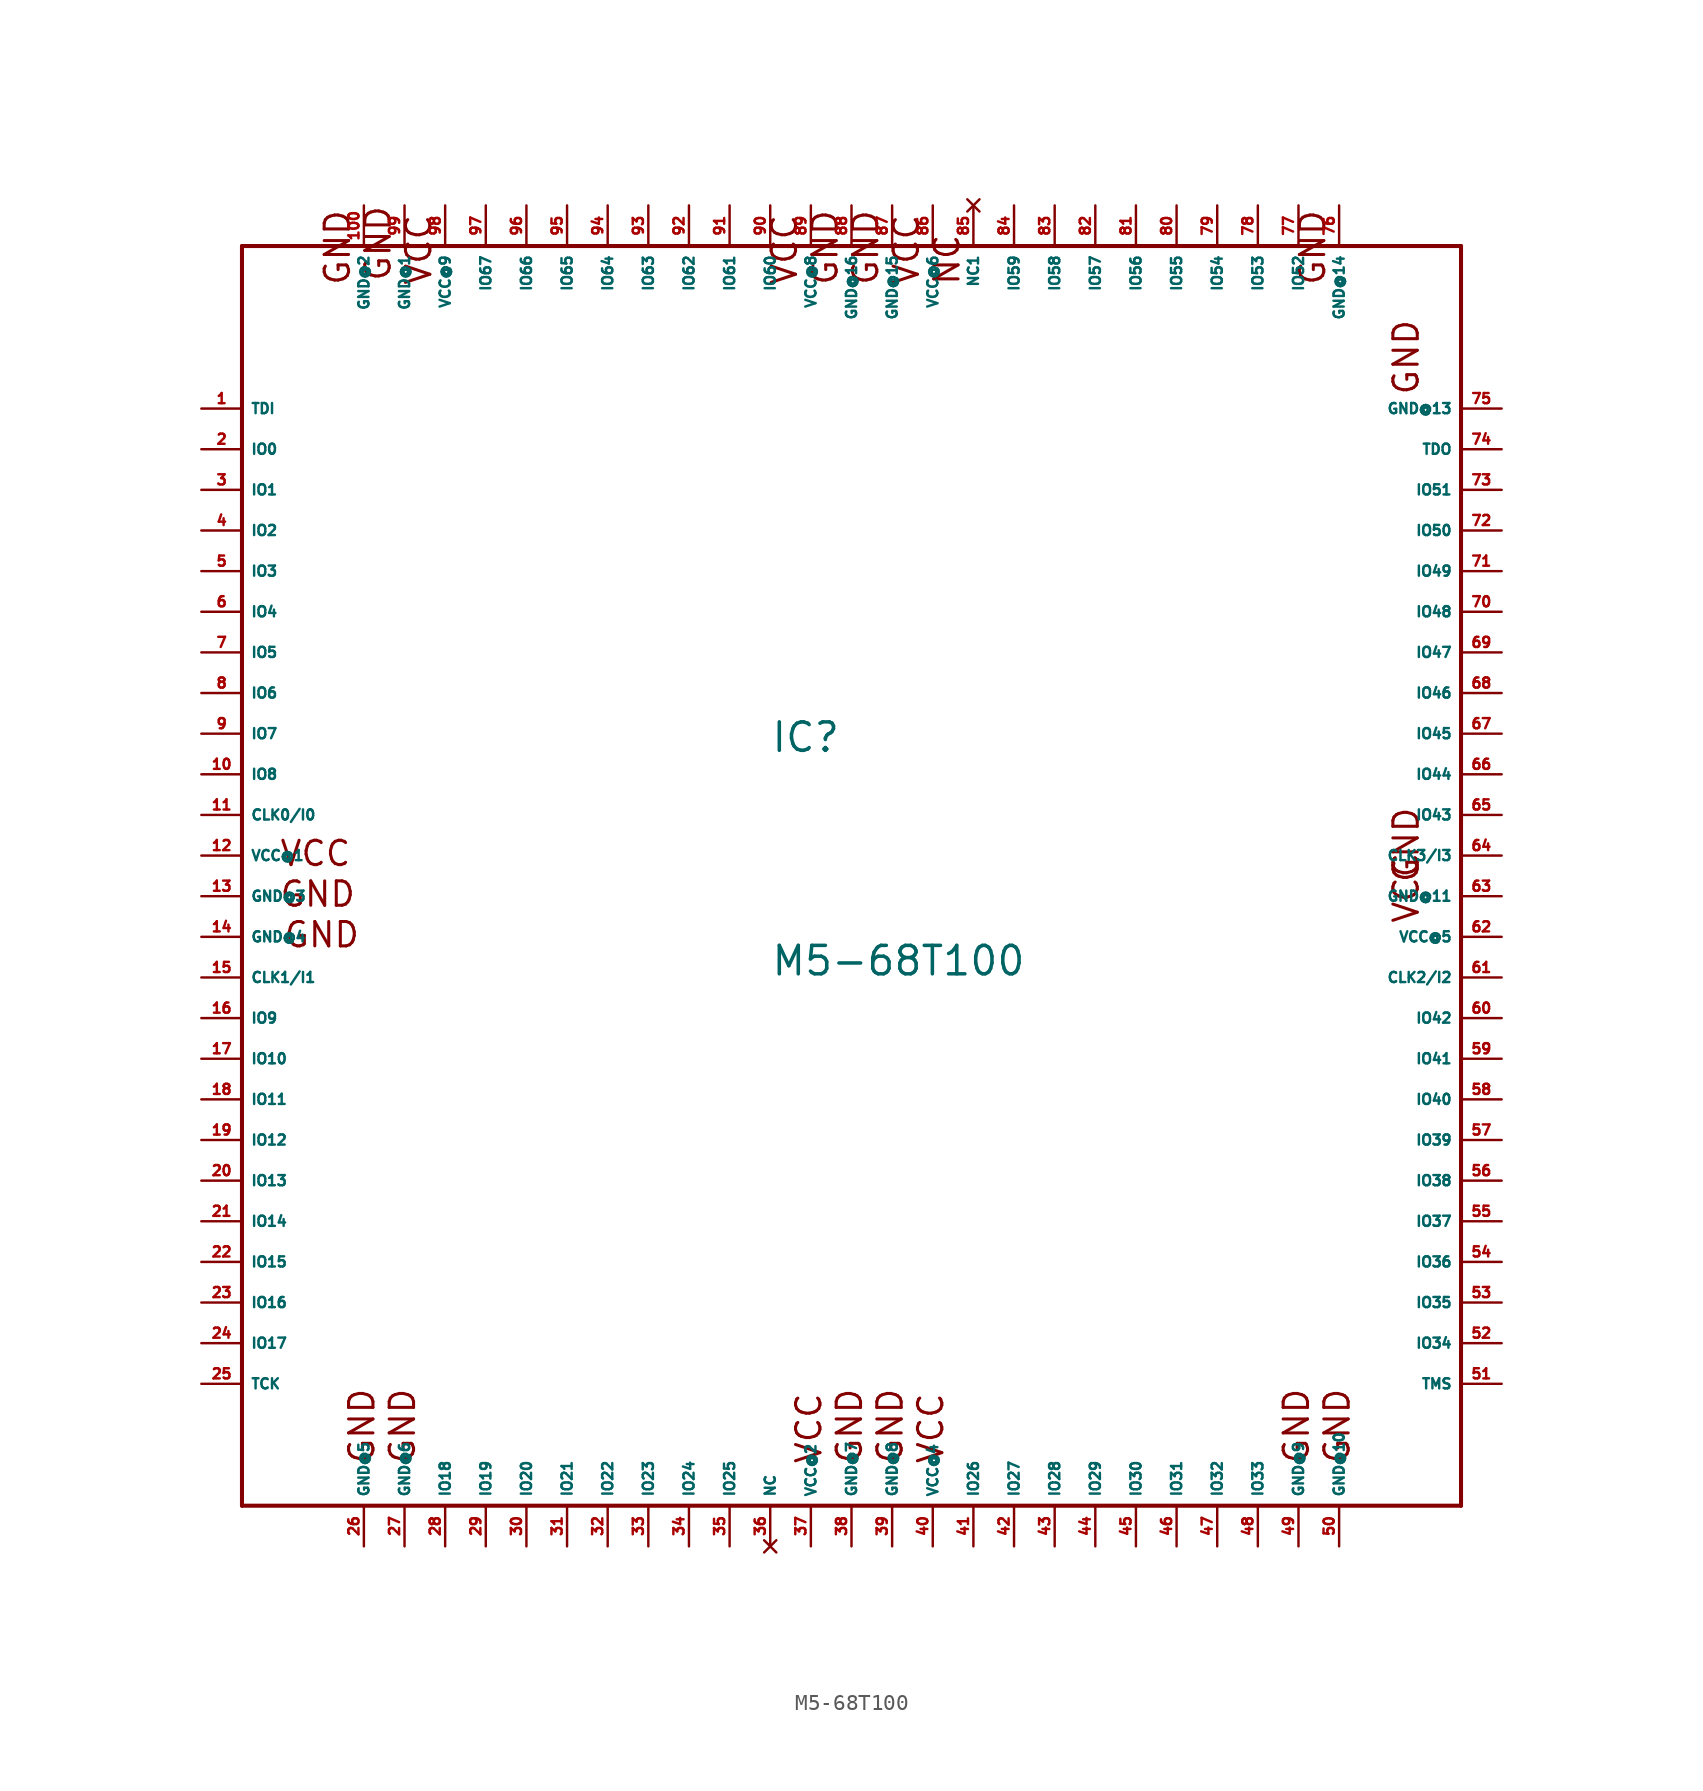
<source format=kicad_sym>
(kicad_symbol_lib
  (version 20220914)
  (generator Eagle2Kicad)
  (symbol "M5-68T100"
    (property "Reference" "IC"
      (at -5.08 6.35 0)
      (effects (font (size 1.778 1.778) (thickness 0.22)) (justify left bottom)))
    (property "Value" "M5-68T100"
      (at -5.08 -7.62 0)
      (effects (font (size 1.778 1.778) (thickness 0.22)) (justify left bottom)))
    (polyline
      (pts (xy -38.1 38.1) (xy -38.1 -40.64))
      (stroke (width 0.254) (type default))
      (fill (type none)))
    (polyline
      (pts (xy -38.1 -40.64) (xy 38.1 -40.64))
      (stroke (width 0.254) (type default))
      (fill (type none)))
    (polyline
      (pts (xy 38.1 -40.64) (xy 38.1 38.1))
      (stroke (width 0.254) (type default))
      (fill (type none)))
    (polyline
      (pts (xy 38.1 38.1) (xy -38.1 38.1))
      (stroke (width 0.254) (type default))
      (fill (type none)))
    (text "GND"
      (at -28.702 35.814 2700)
      (effects (font (size 1.524 1.524) (thickness 0.19)) (justify left bottom)))
    (text "GND"
      (at -35.814 -3.302 0)
      (effects (font (size 1.524 1.524) (thickness 0.19)) (justify left bottom)))
    (text "GND"
      (at -31.242 35.56 2700)
      (effects (font (size 1.524 1.524) (thickness 0.19)) (justify left bottom)))
    (text "GND"
      (at -35.56 -5.842 0)
      (effects (font (size 1.524 1.524) (thickness 0.19)) (justify left bottom)))
    (text "VCC"
      (at -1.778 -38.1 900)
      (effects (font (size 1.524 1.524) (thickness 0.19)) (justify left bottom)))
    (text "VCC"
      (at -35.814 -0.762 0)
      (effects (font (size 1.524 1.524) (thickness 0.19)) (justify left bottom)))
    (text "GND"
      (at -29.718 -38.1 900)
      (effects (font (size 1.524 1.524) (thickness 0.19)) (justify left bottom)))
    (text "GND"
      (at -27.178 -38.1 900)
      (effects (font (size 1.524 1.524) (thickness 0.19)) (justify left bottom)))
    (text "GND"
      (at 0.762 -38.1 900)
      (effects (font (size 1.524 1.524) (thickness 0.19)) (justify left bottom)))
    (text "VCC"
      (at 5.842 -38.1 900)
      (effects (font (size 1.524 1.524) (thickness 0.19)) (justify left bottom)))
    (text "GND"
      (at 28.702 -38.1 900)
      (effects (font (size 1.524 1.524) (thickness 0.19)) (justify left bottom)))
    (text "GND"
      (at 3.302 -38.1 900)
      (effects (font (size 1.524 1.524) (thickness 0.19)) (justify left bottom)))
    (text "VCC"
      (at 35.56 -4.318 1800)
      (effects (font (size 1.524 1.524) (thickness 0.19)) (justify left bottom)))
    (text "GND"
      (at 31.242 -38.1 900)
      (effects (font (size 1.524 1.524) (thickness 0.19)) (justify left bottom)))
    (text "VCC"
      (at 4.318 35.56 2700)
      (effects (font (size 1.524 1.524) (thickness 0.19)) (justify left bottom)))
    (text "GND"
      (at 35.56 -1.778 1800)
      (effects (font (size 1.524 1.524) (thickness 0.19)) (justify left bottom)))
    (text "GND"
      (at 35.56 28.702 1800)
      (effects (font (size 1.524 1.524) (thickness 0.19)) (justify left bottom)))
    (text "GND"
      (at 29.718 35.56 2700)
      (effects (font (size 1.524 1.524) (thickness 0.19)) (justify left bottom)))
    (text "GND"
      (at 1.778 35.56 2700)
      (effects (font (size 1.524 1.524) (thickness 0.19)) (justify left bottom)))
    (text "GND"
      (at -0.762 35.56 2700)
      (effects (font (size 1.524 1.524) (thickness 0.19)) (justify left bottom)))
    (text "VCC"
      (at -26.162 35.56 2700)
      (effects (font (size 1.524 1.524) (thickness 0.19)) (justify left bottom)))
    (text "VCC"
      (at -3.302 35.56 2700)
      (effects (font (size 1.524 1.524) (thickness 0.19)) (justify left bottom)))
    (text "NC"
      (at 6.858 35.56 2700)
      (effects (font (size 1.524 1.524) (thickness 0.19)) (justify left bottom)))
    (pin input line
      (at -40.64 2.54 0)
      (length 2.54)
      (name "CLK0/I0" (effects (font (size 0.635 0.635) (thickness 0.08)) (justify left bottom)))
      (number "11" (effects (font (size 0.635 0.635) (thickness 0.08)) (justify left bottom))))
    (pin input line
      (at -40.64 -7.62 0)
      (length 2.54)
      (name "CLK1/I1" (effects (font (size 0.635 0.635) (thickness 0.08)) (justify left bottom)))
      (number "15" (effects (font (size 0.635 0.635) (thickness 0.08)) (justify left bottom))))
    (pin input line
      (at -40.64 27.94 0)
      (length 2.54)
      (name "TDI" (effects (font (size 0.635 0.635) (thickness 0.08)) (justify left bottom)))
      (number "1" (effects (font (size 0.635 0.635) (thickness 0.08)) (justify left bottom))))
    (pin input line
      (at -40.64 -33.02 0)
      (length 2.54)
      (name "TCK" (effects (font (size 0.635 0.635) (thickness 0.08)) (justify left bottom)))
      (number "25" (effects (font (size 0.635 0.635) (thickness 0.08)) (justify left bottom))))
    (pin input line
      (at 40.64 -33.02 180)
      (length 2.54)
      (name "TMS" (effects (font (size 0.635 0.635) (thickness 0.08)) (justify left bottom)))
      (number "51" (effects (font (size 0.635 0.635) (thickness 0.08)) (justify left bottom))))
    (pin output line
      (at 40.64 25.4 180)
      (length 2.54)
      (name "TDO" (effects (font (size 0.635 0.635) (thickness 0.08)) (justify left bottom)))
      (number "74" (effects (font (size 0.635 0.635) (thickness 0.08)) (justify left bottom))))
    (pin bidirectional line
      (at -40.64 25.4 0)
      (length 2.54)
      (name "IO0" (effects (font (size 0.635 0.635) (thickness 0.08)) (justify left bottom)))
      (number "2" (effects (font (size 0.635 0.635) (thickness 0.08)) (justify left bottom))))
    (pin bidirectional line
      (at -40.64 22.86 0)
      (length 2.54)
      (name "IO1" (effects (font (size 0.635 0.635) (thickness 0.08)) (justify left bottom)))
      (number "3" (effects (font (size 0.635 0.635) (thickness 0.08)) (justify left bottom))))
    (pin bidirectional line
      (at -40.64 20.32 0)
      (length 2.54)
      (name "IO2" (effects (font (size 0.635 0.635) (thickness 0.08)) (justify left bottom)))
      (number "4" (effects (font (size 0.635 0.635) (thickness 0.08)) (justify left bottom))))
    (pin bidirectional line
      (at -40.64 17.78 0)
      (length 2.54)
      (name "IO3" (effects (font (size 0.635 0.635) (thickness 0.08)) (justify left bottom)))
      (number "5" (effects (font (size 0.635 0.635) (thickness 0.08)) (justify left bottom))))
    (pin bidirectional line
      (at -40.64 15.24 0)
      (length 2.54)
      (name "IO4" (effects (font (size 0.635 0.635) (thickness 0.08)) (justify left bottom)))
      (number "6" (effects (font (size 0.635 0.635) (thickness 0.08)) (justify left bottom))))
    (pin bidirectional line
      (at -40.64 12.7 0)
      (length 2.54)
      (name "IO5" (effects (font (size 0.635 0.635) (thickness 0.08)) (justify left bottom)))
      (number "7" (effects (font (size 0.635 0.635) (thickness 0.08)) (justify left bottom))))
    (pin bidirectional line
      (at -40.64 10.16 0)
      (length 2.54)
      (name "IO6" (effects (font (size 0.635 0.635) (thickness 0.08)) (justify left bottom)))
      (number "8" (effects (font (size 0.635 0.635) (thickness 0.08)) (justify left bottom))))
    (pin bidirectional line
      (at -40.64 7.62 0)
      (length 2.54)
      (name "IO7" (effects (font (size 0.635 0.635) (thickness 0.08)) (justify left bottom)))
      (number "9" (effects (font (size 0.635 0.635) (thickness 0.08)) (justify left bottom))))
    (pin bidirectional line
      (at -40.64 5.08 0)
      (length 2.54)
      (name "IO8" (effects (font (size 0.635 0.635) (thickness 0.08)) (justify left bottom)))
      (number "10" (effects (font (size 0.635 0.635) (thickness 0.08)) (justify left bottom))))
    (pin bidirectional line
      (at -40.64 -10.16 0)
      (length 2.54)
      (name "IO9" (effects (font (size 0.635 0.635) (thickness 0.08)) (justify left bottom)))
      (number "16" (effects (font (size 0.635 0.635) (thickness 0.08)) (justify left bottom))))
    (pin bidirectional line
      (at -40.64 -12.7 0)
      (length 2.54)
      (name "IO10" (effects (font (size 0.635 0.635) (thickness 0.08)) (justify left bottom)))
      (number "17" (effects (font (size 0.635 0.635) (thickness 0.08)) (justify left bottom))))
    (pin bidirectional line
      (at -40.64 -15.24 0)
      (length 2.54)
      (name "IO11" (effects (font (size 0.635 0.635) (thickness 0.08)) (justify left bottom)))
      (number "18" (effects (font (size 0.635 0.635) (thickness 0.08)) (justify left bottom))))
    (pin bidirectional line
      (at -40.64 -17.78 0)
      (length 2.54)
      (name "IO12" (effects (font (size 0.635 0.635) (thickness 0.08)) (justify left bottom)))
      (number "19" (effects (font (size 0.635 0.635) (thickness 0.08)) (justify left bottom))))
    (pin bidirectional line
      (at -40.64 -20.32 0)
      (length 2.54)
      (name "IO13" (effects (font (size 0.635 0.635) (thickness 0.08)) (justify left bottom)))
      (number "20" (effects (font (size 0.635 0.635) (thickness 0.08)) (justify left bottom))))
    (pin bidirectional line
      (at -40.64 -22.86 0)
      (length 2.54)
      (name "IO14" (effects (font (size 0.635 0.635) (thickness 0.08)) (justify left bottom)))
      (number "21" (effects (font (size 0.635 0.635) (thickness 0.08)) (justify left bottom))))
    (pin bidirectional line
      (at -40.64 -25.4 0)
      (length 2.54)
      (name "IO15" (effects (font (size 0.635 0.635) (thickness 0.08)) (justify left bottom)))
      (number "22" (effects (font (size 0.635 0.635) (thickness 0.08)) (justify left bottom))))
    (pin bidirectional line
      (at -40.64 -27.94 0)
      (length 2.54)
      (name "IO16" (effects (font (size 0.635 0.635) (thickness 0.08)) (justify left bottom)))
      (number "23" (effects (font (size 0.635 0.635) (thickness 0.08)) (justify left bottom))))
    (pin bidirectional line
      (at -40.64 -30.48 0)
      (length 2.54)
      (name "IO17" (effects (font (size 0.635 0.635) (thickness 0.08)) (justify left bottom)))
      (number "24" (effects (font (size 0.635 0.635) (thickness 0.08)) (justify left bottom))))
    (pin bidirectional line
      (at -25.4 -43.18 90)
      (length 2.54)
      (name "IO18" (effects (font (size 0.635 0.635) (thickness 0.08)) (justify left bottom)))
      (number "28" (effects (font (size 0.635 0.635) (thickness 0.08)) (justify left bottom))))
    (pin bidirectional line
      (at -22.86 -43.18 90)
      (length 2.54)
      (name "IO19" (effects (font (size 0.635 0.635) (thickness 0.08)) (justify left bottom)))
      (number "29" (effects (font (size 0.635 0.635) (thickness 0.08)) (justify left bottom))))
    (pin bidirectional line
      (at -20.32 -43.18 90)
      (length 2.54)
      (name "IO20" (effects (font (size 0.635 0.635) (thickness 0.08)) (justify left bottom)))
      (number "30" (effects (font (size 0.635 0.635) (thickness 0.08)) (justify left bottom))))
    (pin bidirectional line
      (at -17.78 -43.18 90)
      (length 2.54)
      (name "IO21" (effects (font (size 0.635 0.635) (thickness 0.08)) (justify left bottom)))
      (number "31" (effects (font (size 0.635 0.635) (thickness 0.08)) (justify left bottom))))
    (pin bidirectional line
      (at -15.24 -43.18 90)
      (length 2.54)
      (name "IO22" (effects (font (size 0.635 0.635) (thickness 0.08)) (justify left bottom)))
      (number "32" (effects (font (size 0.635 0.635) (thickness 0.08)) (justify left bottom))))
    (pin bidirectional line
      (at -12.7 -43.18 90)
      (length 2.54)
      (name "IO23" (effects (font (size 0.635 0.635) (thickness 0.08)) (justify left bottom)))
      (number "33" (effects (font (size 0.635 0.635) (thickness 0.08)) (justify left bottom))))
    (pin bidirectional line
      (at -10.16 -43.18 90)
      (length 2.54)
      (name "IO24" (effects (font (size 0.635 0.635) (thickness 0.08)) (justify left bottom)))
      (number "34" (effects (font (size 0.635 0.635) (thickness 0.08)) (justify left bottom))))
    (pin bidirectional line
      (at -7.62 -43.18 90)
      (length 2.54)
      (name "IO25" (effects (font (size 0.635 0.635) (thickness 0.08)) (justify left bottom)))
      (number "35" (effects (font (size 0.635 0.635) (thickness 0.08)) (justify left bottom))))
    (pin bidirectional line
      (at 7.62 -43.18 90)
      (length 2.54)
      (name "IO26" (effects (font (size 0.635 0.635) (thickness 0.08)) (justify left bottom)))
      (number "41" (effects (font (size 0.635 0.635) (thickness 0.08)) (justify left bottom))))
    (pin bidirectional line
      (at 10.16 -43.18 90)
      (length 2.54)
      (name "IO27" (effects (font (size 0.635 0.635) (thickness 0.08)) (justify left bottom)))
      (number "42" (effects (font (size 0.635 0.635) (thickness 0.08)) (justify left bottom))))
    (pin bidirectional line
      (at 12.7 -43.18 90)
      (length 2.54)
      (name "IO28" (effects (font (size 0.635 0.635) (thickness 0.08)) (justify left bottom)))
      (number "43" (effects (font (size 0.635 0.635) (thickness 0.08)) (justify left bottom))))
    (pin bidirectional line
      (at 15.24 -43.18 90)
      (length 2.54)
      (name "IO29" (effects (font (size 0.635 0.635) (thickness 0.08)) (justify left bottom)))
      (number "44" (effects (font (size 0.635 0.635) (thickness 0.08)) (justify left bottom))))
    (pin bidirectional line
      (at 17.78 -43.18 90)
      (length 2.54)
      (name "IO30" (effects (font (size 0.635 0.635) (thickness 0.08)) (justify left bottom)))
      (number "45" (effects (font (size 0.635 0.635) (thickness 0.08)) (justify left bottom))))
    (pin bidirectional line
      (at 20.32 -43.18 90)
      (length 2.54)
      (name "IO31" (effects (font (size 0.635 0.635) (thickness 0.08)) (justify left bottom)))
      (number "46" (effects (font (size 0.635 0.635) (thickness 0.08)) (justify left bottom))))
    (pin unspecified line
      (at -27.94 40.64 270)
      (length 2.54)
      (name "GND@1" (effects (font (size 0.635 0.635) (thickness 0.08)) (justify left bottom)))
      (number "99" (effects (font (size 0.635 0.635) (thickness 0.08)) (justify left bottom))))
    (pin unspecified line
      (at -30.48 40.64 270)
      (length 2.54)
      (name "GND@2" (effects (font (size 0.635 0.635) (thickness 0.08)) (justify left bottom)))
      (number "100" (effects (font (size 0.635 0.635) (thickness 0.08)) (justify left bottom))))
    (pin unspecified line
      (at -40.64 -2.54 0)
      (length 2.54)
      (name "GND@3" (effects (font (size 0.635 0.635) (thickness 0.08)) (justify left bottom)))
      (number "13" (effects (font (size 0.635 0.635) (thickness 0.08)) (justify left bottom))))
    (pin unspecified line
      (at -40.64 -5.08 0)
      (length 2.54)
      (name "GND@4" (effects (font (size 0.635 0.635) (thickness 0.08)) (justify left bottom)))
      (number "14" (effects (font (size 0.635 0.635) (thickness 0.08)) (justify left bottom))))
    (pin unspecified line
      (at -40.64 0 0)
      (length 2.54)
      (name "VCC@1" (effects (font (size 0.635 0.635) (thickness 0.08)) (justify left bottom)))
      (number "12" (effects (font (size 0.635 0.635) (thickness 0.08)) (justify left bottom))))
    (pin unspecified line
      (at -2.54 -43.18 90)
      (length 2.54)
      (name "VCC@2" (effects (font (size 0.635 0.635) (thickness 0.08)) (justify left bottom)))
      (number "37" (effects (font (size 0.635 0.635) (thickness 0.08)) (justify left bottom))))
    (pin bidirectional line
      (at 22.86 -43.18 90)
      (length 2.54)
      (name "IO32" (effects (font (size 0.635 0.635) (thickness 0.08)) (justify left bottom)))
      (number "47" (effects (font (size 0.635 0.635) (thickness 0.08)) (justify left bottom))))
    (pin bidirectional line
      (at 25.4 -43.18 90)
      (length 2.54)
      (name "IO33" (effects (font (size 0.635 0.635) (thickness 0.08)) (justify left bottom)))
      (number "48" (effects (font (size 0.635 0.635) (thickness 0.08)) (justify left bottom))))
    (pin bidirectional line
      (at 40.64 -30.48 180)
      (length 2.54)
      (name "IO34" (effects (font (size 0.635 0.635) (thickness 0.08)) (justify left bottom)))
      (number "52" (effects (font (size 0.635 0.635) (thickness 0.08)) (justify left bottom))))
    (pin bidirectional line
      (at 40.64 -27.94 180)
      (length 2.54)
      (name "IO35" (effects (font (size 0.635 0.635) (thickness 0.08)) (justify left bottom)))
      (number "53" (effects (font (size 0.635 0.635) (thickness 0.08)) (justify left bottom))))
    (pin input line
      (at 40.64 0 180)
      (length 2.54)
      (name "CLK3/I3" (effects (font (size 0.635 0.635) (thickness 0.08)) (justify left bottom)))
      (number "64" (effects (font (size 0.635 0.635) (thickness 0.08)) (justify left bottom))))
    (pin unspecified line
      (at -30.48 -43.18 90)
      (length 2.54)
      (name "GND@5" (effects (font (size 0.635 0.635) (thickness 0.08)) (justify left bottom)))
      (number "26" (effects (font (size 0.635 0.635) (thickness 0.08)) (justify left bottom))))
    (pin input line
      (at 40.64 -7.62 180)
      (length 2.54)
      (name "CLK2/I2" (effects (font (size 0.635 0.635) (thickness 0.08)) (justify left bottom)))
      (number "61" (effects (font (size 0.635 0.635) (thickness 0.08)) (justify left bottom))))
    (pin bidirectional line
      (at 40.64 -25.4 180)
      (length 2.54)
      (name "IO36" (effects (font (size 0.635 0.635) (thickness 0.08)) (justify left bottom)))
      (number "54" (effects (font (size 0.635 0.635) (thickness 0.08)) (justify left bottom))))
    (pin bidirectional line
      (at 40.64 -22.86 180)
      (length 2.54)
      (name "IO37" (effects (font (size 0.635 0.635) (thickness 0.08)) (justify left bottom)))
      (number "55" (effects (font (size 0.635 0.635) (thickness 0.08)) (justify left bottom))))
    (pin bidirectional line
      (at 40.64 -20.32 180)
      (length 2.54)
      (name "IO38" (effects (font (size 0.635 0.635) (thickness 0.08)) (justify left bottom)))
      (number "56" (effects (font (size 0.635 0.635) (thickness 0.08)) (justify left bottom))))
    (pin bidirectional line
      (at 40.64 -17.78 180)
      (length 2.54)
      (name "IO39" (effects (font (size 0.635 0.635) (thickness 0.08)) (justify left bottom)))
      (number "57" (effects (font (size 0.635 0.635) (thickness 0.08)) (justify left bottom))))
    (pin bidirectional line
      (at 40.64 -15.24 180)
      (length 2.54)
      (name "IO40" (effects (font (size 0.635 0.635) (thickness 0.08)) (justify left bottom)))
      (number "58" (effects (font (size 0.635 0.635) (thickness 0.08)) (justify left bottom))))
    (pin bidirectional line
      (at 40.64 -12.7 180)
      (length 2.54)
      (name "IO41" (effects (font (size 0.635 0.635) (thickness 0.08)) (justify left bottom)))
      (number "59" (effects (font (size 0.635 0.635) (thickness 0.08)) (justify left bottom))))
    (pin unspecified line
      (at -27.94 -43.18 90)
      (length 2.54)
      (name "GND@6" (effects (font (size 0.635 0.635) (thickness 0.08)) (justify left bottom)))
      (number "27" (effects (font (size 0.635 0.635) (thickness 0.08)) (justify left bottom))))
    (pin bidirectional line
      (at 40.64 -10.16 180)
      (length 2.54)
      (name "IO42" (effects (font (size 0.635 0.635) (thickness 0.08)) (justify left bottom)))
      (number "60" (effects (font (size 0.635 0.635) (thickness 0.08)) (justify left bottom))))
    (pin bidirectional line
      (at 40.64 2.54 180)
      (length 2.54)
      (name "IO43" (effects (font (size 0.635 0.635) (thickness 0.08)) (justify left bottom)))
      (number "65" (effects (font (size 0.635 0.635) (thickness 0.08)) (justify left bottom))))
    (pin bidirectional line
      (at 40.64 5.08 180)
      (length 2.54)
      (name "IO44" (effects (font (size 0.635 0.635) (thickness 0.08)) (justify left bottom)))
      (number "66" (effects (font (size 0.635 0.635) (thickness 0.08)) (justify left bottom))))
    (pin bidirectional line
      (at 40.64 7.62 180)
      (length 2.54)
      (name "IO45" (effects (font (size 0.635 0.635) (thickness 0.08)) (justify left bottom)))
      (number "67" (effects (font (size 0.635 0.635) (thickness 0.08)) (justify left bottom))))
    (pin bidirectional line
      (at 40.64 10.16 180)
      (length 2.54)
      (name "IO46" (effects (font (size 0.635 0.635) (thickness 0.08)) (justify left bottom)))
      (number "68" (effects (font (size 0.635 0.635) (thickness 0.08)) (justify left bottom))))
    (pin bidirectional line
      (at 40.64 12.7 180)
      (length 2.54)
      (name "IO47" (effects (font (size 0.635 0.635) (thickness 0.08)) (justify left bottom)))
      (number "69" (effects (font (size 0.635 0.635) (thickness 0.08)) (justify left bottom))))
    (pin unspecified line
      (at 0 -43.18 90)
      (length 2.54)
      (name "GND@7" (effects (font (size 0.635 0.635) (thickness 0.08)) (justify left bottom)))
      (number "38" (effects (font (size 0.635 0.635) (thickness 0.08)) (justify left bottom))))
    (pin unspecified line
      (at 5.08 -43.18 90)
      (length 2.54)
      (name "VCC@4" (effects (font (size 0.635 0.635) (thickness 0.08)) (justify left bottom)))
      (number "40" (effects (font (size 0.635 0.635) (thickness 0.08)) (justify left bottom))))
    (pin unspecified line
      (at 2.54 -43.18 90)
      (length 2.54)
      (name "GND@8" (effects (font (size 0.635 0.635) (thickness 0.08)) (justify left bottom)))
      (number "39" (effects (font (size 0.635 0.635) (thickness 0.08)) (justify left bottom))))
    (pin unspecified line
      (at 27.94 -43.18 90)
      (length 2.54)
      (name "GND@9" (effects (font (size 0.635 0.635) (thickness 0.08)) (justify left bottom)))
      (number "49" (effects (font (size 0.635 0.635) (thickness 0.08)) (justify left bottom))))
    (pin unspecified line
      (at 40.64 -5.08 180)
      (length 2.54)
      (name "VCC@5" (effects (font (size 0.635 0.635) (thickness 0.08)) (justify left bottom)))
      (number "62" (effects (font (size 0.635 0.635) (thickness 0.08)) (justify left bottom))))
    (pin unspecified line
      (at 30.48 -43.18 90)
      (length 2.54)
      (name "GND@10" (effects (font (size 0.635 0.635) (thickness 0.08)) (justify left bottom)))
      (number "50" (effects (font (size 0.635 0.635) (thickness 0.08)) (justify left bottom))))
    (pin unspecified line
      (at 5.08 40.64 270)
      (length 2.54)
      (name "VCC@6" (effects (font (size 0.635 0.635) (thickness 0.08)) (justify left bottom)))
      (number "86" (effects (font (size 0.635 0.635) (thickness 0.08)) (justify left bottom))))
    (pin unspecified line
      (at 40.64 -2.54 180)
      (length 2.54)
      (name "GND@11" (effects (font (size 0.635 0.635) (thickness 0.08)) (justify left bottom)))
      (number "63" (effects (font (size 0.635 0.635) (thickness 0.08)) (justify left bottom))))
    (pin bidirectional line
      (at 40.64 15.24 180)
      (length 2.54)
      (name "IO48" (effects (font (size 0.635 0.635) (thickness 0.08)) (justify left bottom)))
      (number "70" (effects (font (size 0.635 0.635) (thickness 0.08)) (justify left bottom))))
    (pin bidirectional line
      (at 40.64 17.78 180)
      (length 2.54)
      (name "IO49" (effects (font (size 0.635 0.635) (thickness 0.08)) (justify left bottom)))
      (number "71" (effects (font (size 0.635 0.635) (thickness 0.08)) (justify left bottom))))
    (pin bidirectional line
      (at 40.64 20.32 180)
      (length 2.54)
      (name "IO50" (effects (font (size 0.635 0.635) (thickness 0.08)) (justify left bottom)))
      (number "72" (effects (font (size 0.635 0.635) (thickness 0.08)) (justify left bottom))))
    (pin bidirectional line
      (at 40.64 22.86 180)
      (length 2.54)
      (name "IO51" (effects (font (size 0.635 0.635) (thickness 0.08)) (justify left bottom)))
      (number "73" (effects (font (size 0.635 0.635) (thickness 0.08)) (justify left bottom))))
    (pin bidirectional line
      (at 27.94 40.64 270)
      (length 2.54)
      (name "IO52" (effects (font (size 0.635 0.635) (thickness 0.08)) (justify left bottom)))
      (number "77" (effects (font (size 0.635 0.635) (thickness 0.08)) (justify left bottom))))
    (pin bidirectional line
      (at 25.4 40.64 270)
      (length 2.54)
      (name "IO53" (effects (font (size 0.635 0.635) (thickness 0.08)) (justify left bottom)))
      (number "78" (effects (font (size 0.635 0.635) (thickness 0.08)) (justify left bottom))))
    (pin bidirectional line
      (at 22.86 40.64 270)
      (length 2.54)
      (name "IO54" (effects (font (size 0.635 0.635) (thickness 0.08)) (justify left bottom)))
      (number "79" (effects (font (size 0.635 0.635) (thickness 0.08)) (justify left bottom))))
    (pin bidirectional line
      (at 20.32 40.64 270)
      (length 2.54)
      (name "IO55" (effects (font (size 0.635 0.635) (thickness 0.08)) (justify left bottom)))
      (number "80" (effects (font (size 0.635 0.635) (thickness 0.08)) (justify left bottom))))
    (pin unspecified line
      (at 40.64 27.94 180)
      (length 2.54)
      (name "GND@13" (effects (font (size 0.635 0.635) (thickness 0.08)) (justify left bottom)))
      (number "75" (effects (font (size 0.635 0.635) (thickness 0.08)) (justify left bottom))))
    (pin unspecified line
      (at 30.48 40.64 270)
      (length 2.54)
      (name "GND@14" (effects (font (size 0.635 0.635) (thickness 0.08)) (justify left bottom)))
      (number "76" (effects (font (size 0.635 0.635) (thickness 0.08)) (justify left bottom))))
    (pin bidirectional line
      (at 17.78 40.64 270)
      (length 2.54)
      (name "IO56" (effects (font (size 0.635 0.635) (thickness 0.08)) (justify left bottom)))
      (number "81" (effects (font (size 0.635 0.635) (thickness 0.08)) (justify left bottom))))
    (pin bidirectional line
      (at 15.24 40.64 270)
      (length 2.54)
      (name "IO57" (effects (font (size 0.635 0.635) (thickness 0.08)) (justify left bottom)))
      (number "82" (effects (font (size 0.635 0.635) (thickness 0.08)) (justify left bottom))))
    (pin bidirectional line
      (at 12.7 40.64 270)
      (length 2.54)
      (name "IO58" (effects (font (size 0.635 0.635) (thickness 0.08)) (justify left bottom)))
      (number "83" (effects (font (size 0.635 0.635) (thickness 0.08)) (justify left bottom))))
    (pin bidirectional line
      (at 10.16 40.64 270)
      (length 2.54)
      (name "IO59" (effects (font (size 0.635 0.635) (thickness 0.08)) (justify left bottom)))
      (number "84" (effects (font (size 0.635 0.635) (thickness 0.08)) (justify left bottom))))
    (pin bidirectional line
      (at -5.08 40.64 270)
      (length 2.54)
      (name "IO60" (effects (font (size 0.635 0.635) (thickness 0.08)) (justify left bottom)))
      (number "90" (effects (font (size 0.635 0.635) (thickness 0.08)) (justify left bottom))))
    (pin bidirectional line
      (at -7.62 40.64 270)
      (length 2.54)
      (name "IO61" (effects (font (size 0.635 0.635) (thickness 0.08)) (justify left bottom)))
      (number "91" (effects (font (size 0.635 0.635) (thickness 0.08)) (justify left bottom))))
    (pin bidirectional line
      (at -10.16 40.64 270)
      (length 2.54)
      (name "IO62" (effects (font (size 0.635 0.635) (thickness 0.08)) (justify left bottom)))
      (number "92" (effects (font (size 0.635 0.635) (thickness 0.08)) (justify left bottom))))
    (pin bidirectional line
      (at -12.7 40.64 270)
      (length 2.54)
      (name "IO63" (effects (font (size 0.635 0.635) (thickness 0.08)) (justify left bottom)))
      (number "93" (effects (font (size 0.635 0.635) (thickness 0.08)) (justify left bottom))))
    (pin unspecified line
      (at 2.54 40.64 270)
      (length 2.54)
      (name "GND@15" (effects (font (size 0.635 0.635) (thickness 0.08)) (justify left bottom)))
      (number "87" (effects (font (size 0.635 0.635) (thickness 0.08)) (justify left bottom))))
    (pin unspecified line
      (at -2.54 40.64 270)
      (length 2.54)
      (name "VCC@8" (effects (font (size 0.635 0.635) (thickness 0.08)) (justify left bottom)))
      (number "89" (effects (font (size 0.635 0.635) (thickness 0.08)) (justify left bottom))))
    (pin unspecified line
      (at 0 40.64 270)
      (length 2.54)
      (name "GND@16" (effects (font (size 0.635 0.635) (thickness 0.08)) (justify left bottom)))
      (number "88" (effects (font (size 0.635 0.635) (thickness 0.08)) (justify left bottom))))
    (pin unspecified line
      (at -25.4 40.64 270)
      (length 2.54)
      (name "VCC@9" (effects (font (size 0.635 0.635) (thickness 0.08)) (justify left bottom)))
      (number "98" (effects (font (size 0.635 0.635) (thickness 0.08)) (justify left bottom))))
    (pin bidirectional line
      (at -15.24 40.64 270)
      (length 2.54)
      (name "IO64" (effects (font (size 0.635 0.635) (thickness 0.08)) (justify left bottom)))
      (number "94" (effects (font (size 0.635 0.635) (thickness 0.08)) (justify left bottom))))
    (pin bidirectional line
      (at -17.78 40.64 270)
      (length 2.54)
      (name "IO65" (effects (font (size 0.635 0.635) (thickness 0.08)) (justify left bottom)))
      (number "95" (effects (font (size 0.635 0.635) (thickness 0.08)) (justify left bottom))))
    (pin bidirectional line
      (at -20.32 40.64 270)
      (length 2.54)
      (name "IO66" (effects (font (size 0.635 0.635) (thickness 0.08)) (justify left bottom)))
      (number "96" (effects (font (size 0.635 0.635) (thickness 0.08)) (justify left bottom))))
    (pin bidirectional line
      (at -22.86 40.64 270)
      (length 2.54)
      (name "IO67" (effects (font (size 0.635 0.635) (thickness 0.08)) (justify left bottom)))
      (number "97" (effects (font (size 0.635 0.635) (thickness 0.08)) (justify left bottom))))
    (pin no_connect line
      (at -5.08 -43.18 90)
      (length 2.54)
      (name "NC" (effects (font (size 0.635 0.635) (thickness 0.08)) (justify left bottom) hide))
      (number "36" (effects (font (size 0.635 0.635) (thickness 0.08)) (justify left bottom) hide)))
    (pin no_connect line
      (at 7.62 40.64 270)
      (length 2.54)
      (name "NC1" (effects (font (size 0.635 0.635) (thickness 0.08)) (justify left bottom) hide))
      (number "85" (effects (font (size 0.635 0.635) (thickness 0.08)) (justify left bottom) hide)))))
</source>
